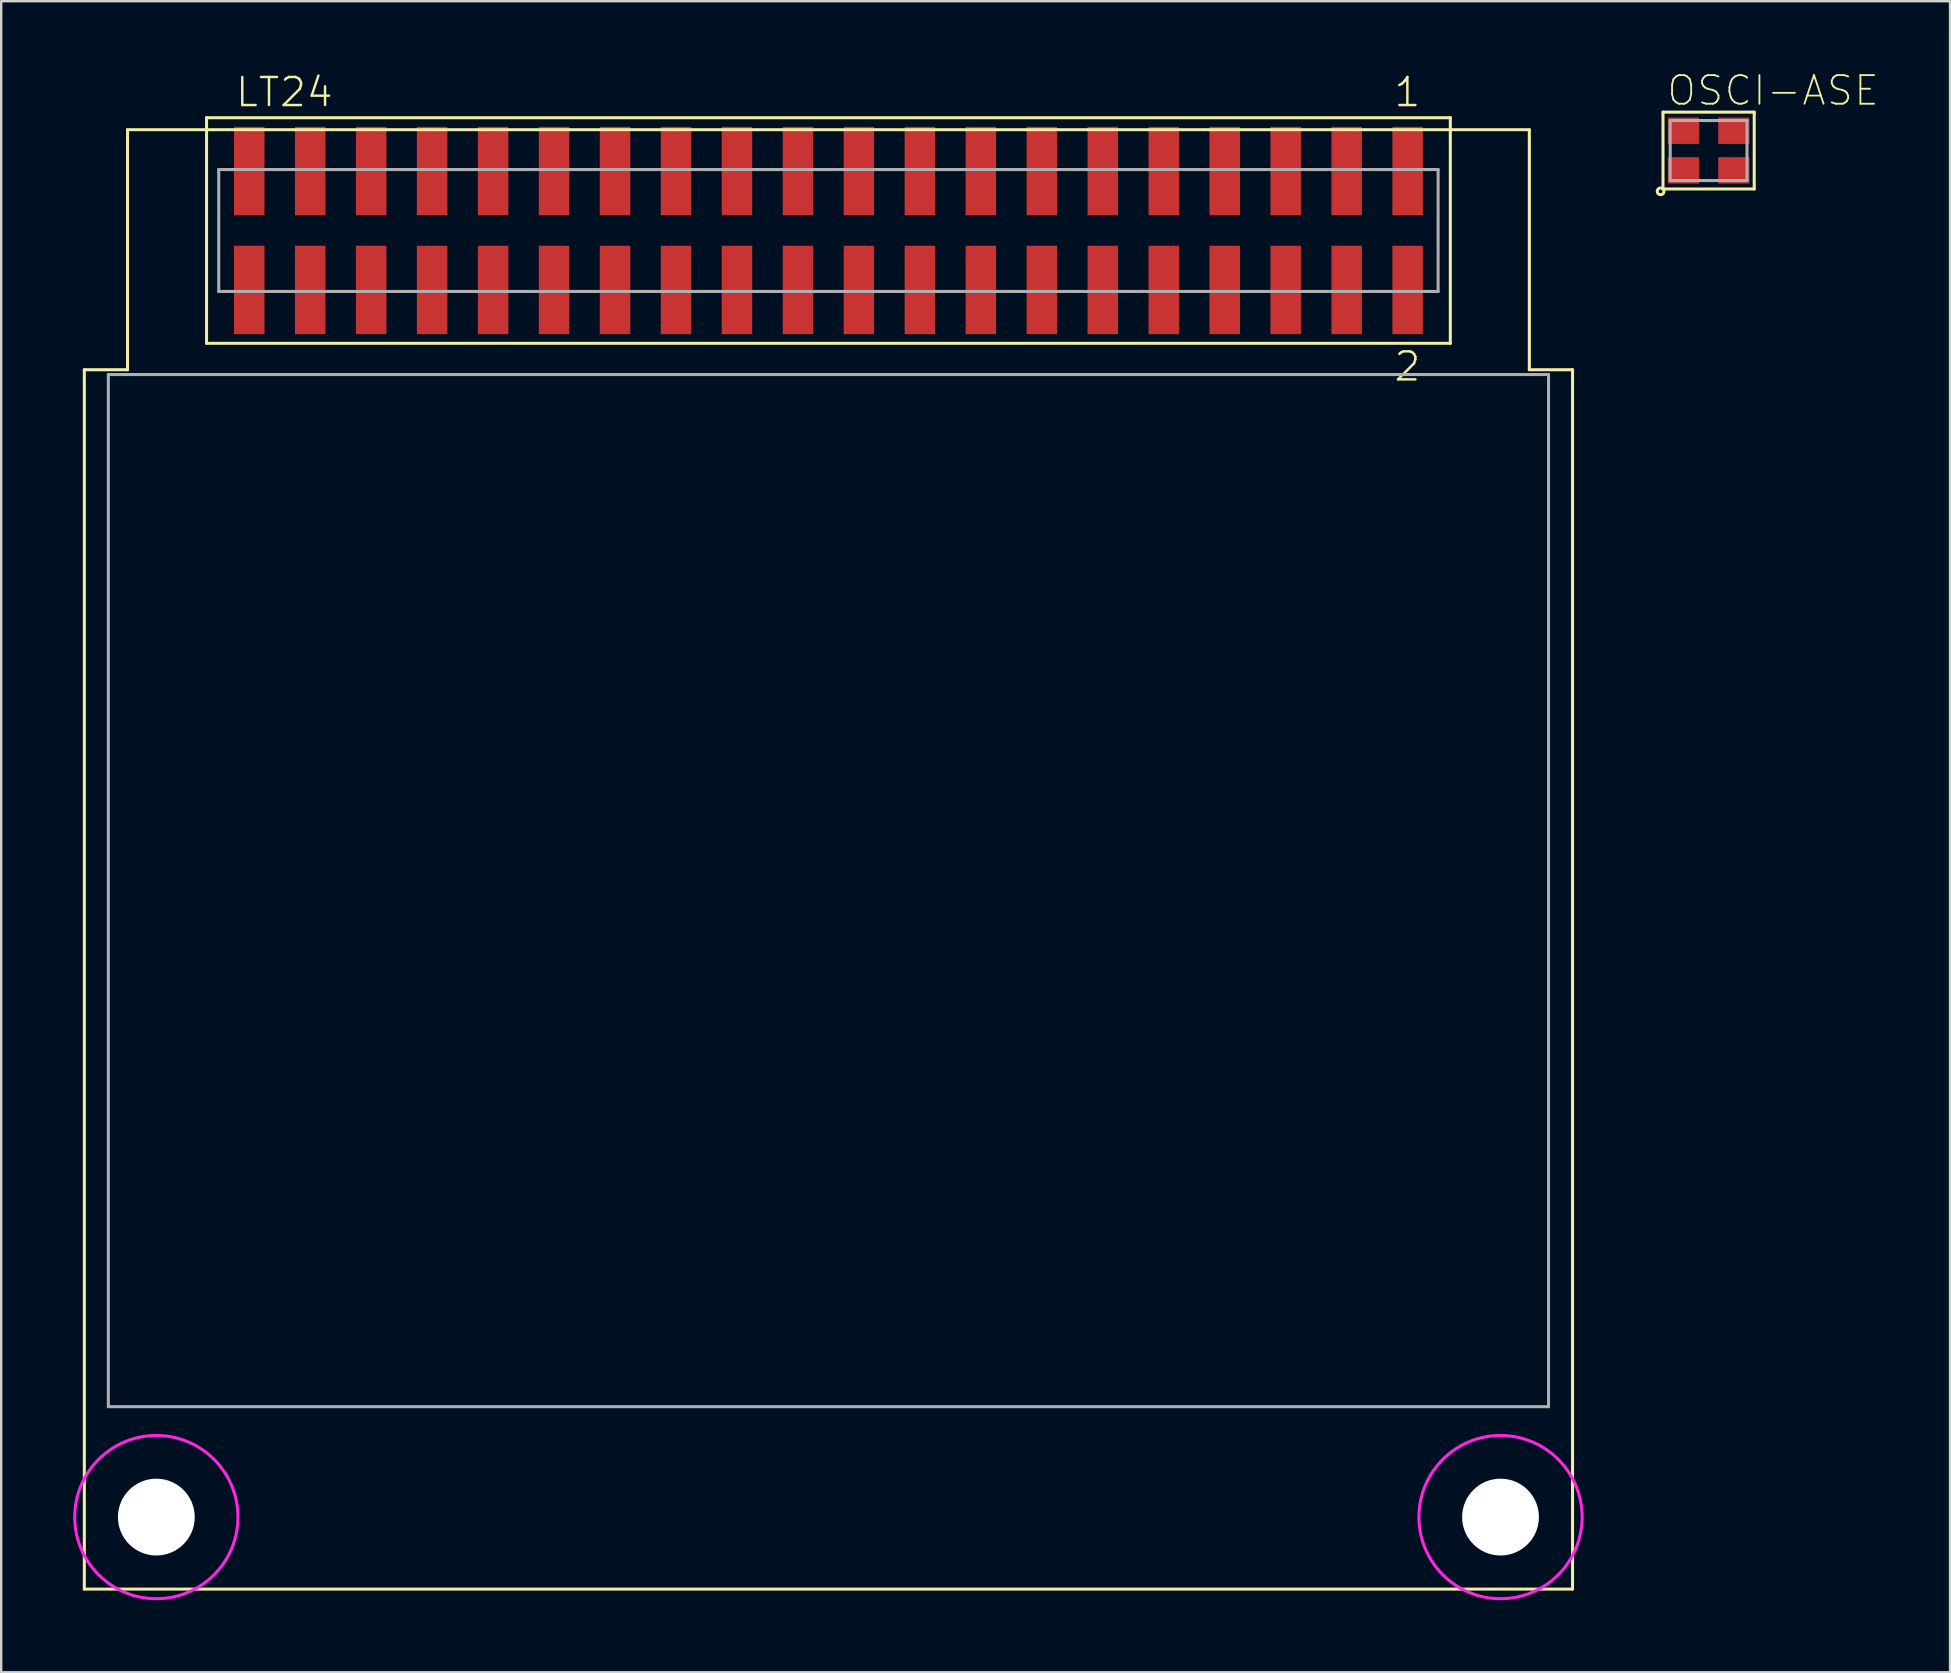
<source format=kicad_pcb>
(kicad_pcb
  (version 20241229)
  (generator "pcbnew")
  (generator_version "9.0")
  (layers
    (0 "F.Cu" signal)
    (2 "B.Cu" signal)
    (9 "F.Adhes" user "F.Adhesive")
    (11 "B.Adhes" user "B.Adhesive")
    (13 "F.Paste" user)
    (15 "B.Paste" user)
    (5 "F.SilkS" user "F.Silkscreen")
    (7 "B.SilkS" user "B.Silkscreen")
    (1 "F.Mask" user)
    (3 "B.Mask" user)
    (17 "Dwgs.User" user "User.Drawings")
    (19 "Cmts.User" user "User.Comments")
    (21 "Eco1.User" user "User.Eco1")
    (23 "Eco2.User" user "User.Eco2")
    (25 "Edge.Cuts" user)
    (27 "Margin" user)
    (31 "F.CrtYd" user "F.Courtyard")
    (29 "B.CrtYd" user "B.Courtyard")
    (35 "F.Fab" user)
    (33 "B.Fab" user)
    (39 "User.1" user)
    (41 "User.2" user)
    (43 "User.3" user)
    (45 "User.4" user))
  (footprint "OSCI-ASE"
    (layer "F.Cu")
    (at 68.132 3.222)
    (property "Reference" "OSCI-ASE" (at -1.8 -1.8 0) (unlocked yes) (layer "F.SilkS") (effects (font (size 1.194 1.194) (thickness 0.076)) (justify left bottom)))
    (fp_line (start -1.9 -1.6) (end 1.9 -1.6) (stroke (width 0.127) (type solid)) (layer "F.SilkS"))
    (fp_line (start -1.9 1.6) (end -1.9 -1.6) (stroke (width 0.127) (type solid)) (layer "F.SilkS"))
    (fp_line (start 1.9 -1.6) (end 1.9 1.6) (stroke (width 0.127) (type solid)) (layer "F.SilkS"))
    (fp_line (start 1.9 1.6) (end -1.9 1.6) (stroke (width 0.127) (type solid)) (layer "F.SilkS"))
    (fp_circle (center -2 1.7) (end -1.859 1.7) (stroke (width 0.127) (type solid)) (fill no) (layer "F.SilkS"))
    (fp_line (start -1.6 -1.25) (end 1.6 -1.25) (stroke (width 0.127) (type solid)) (layer "F.Fab"))
    (fp_line (start -1.6 1.25) (end -1.6 -1.25) (stroke (width 0.127) (type solid)) (layer "F.Fab"))
    (fp_line (start 1.6 -1.25) (end 1.6 1.25) (stroke (width 0.127) (type solid)) (layer "F.Fab"))
    (fp_line (start 1.6 1.25) (end -1.6 1.25) (stroke (width 0.127) (type solid)) (layer "F.Fab"))
    (pad "1" smd rect (at -1.05 0.825) (size 1.3 1.1) (layers "F.Cu" "F.Mask" "F.Paste"))
    (pad "2" smd rect (at 1.05 0.825) (size 1.3 1.1) (layers "F.Cu" "F.Mask" "F.Paste"))
    (pad "3" smd rect (at 1.05 -0.825) (size 1.3 1.1) (layers "F.Cu" "F.Mask" "F.Paste"))
    (pad "4" smd rect (at -1.05 -0.825) (size 1.3 1.1) (layers "F.Cu" "F.Mask" "F.Paste")))
  (footprint "LT24"
    (layer "F.Cu")
    (at 31.463 6.553)
    (property "Reference" "LT24" (at -24.765 -5.08 0) (unlocked yes) (layer "F.SilkS") (effects (font (size 1.168 1.168) (thickness 0.102)) (justify left bottom)))
    (fp_line (start -31 5.8) (end -29.2 5.8) (stroke (width 0.127) (type solid)) (layer "F.SilkS"))
    (fp_line (start -31 56.6) (end -31 5.8) (stroke (width 0.127) (type solid)) (layer "F.SilkS"))
    (fp_line (start -29.2 -4.2) (end 29.2 -4.2) (stroke (width 0.127) (type solid)) (layer "F.SilkS"))
    (fp_line (start -29.2 5.8) (end -29.2 -4.2) (stroke (width 0.127) (type solid)) (layer "F.SilkS"))
    (fp_line (start -25.908 -4.699) (end 25.908 -4.699) (stroke (width 0.127) (type solid)) (layer "F.SilkS"))
    (fp_line (start -25.908 4.699) (end -25.908 -4.699) (stroke (width 0.127) (type solid)) (layer "F.SilkS"))
    (fp_line (start 25.908 -4.699) (end 25.908 4.699) (stroke (width 0.127) (type solid)) (layer "F.SilkS"))
    (fp_line (start 25.908 4.699) (end -25.908 4.699) (stroke (width 0.127) (type solid)) (layer "F.SilkS"))
    (fp_line (start 29.2 -4.2) (end 29.2 5.8) (stroke (width 0.127) (type solid)) (layer "F.SilkS"))
    (fp_line (start 29.2 5.8) (end 31 5.8) (stroke (width 0.127) (type solid)) (layer "F.SilkS"))
    (fp_line (start 31 5.8) (end 31 56.6) (stroke (width 0.127) (type solid)) (layer "F.SilkS"))
    (fp_line (start 31 56.6) (end -31 56.6) (stroke (width 0.127) (type solid)) (layer "F.SilkS"))
    (fp_circle (center -28 53.6) (end -24.6 53.6) (stroke (width 0.127) (type solid)) (fill no) (layer "F.CrtYd"))
    (fp_circle (center 28 53.6) (end 31.4 53.6) (stroke (width 0.127) (type solid)) (fill no) (layer "F.CrtYd"))
    (fp_line (start -30 6) (end -30 49) (stroke (width 0.127) (type solid)) (layer "F.Fab"))
    (fp_line (start -30 49) (end 30 49) (stroke (width 0.127) (type solid)) (layer "F.Fab"))
    (fp_line (start -25.4 -2.54) (end 25.4 -2.54) (stroke (width 0.127) (type solid)) (layer "F.Fab"))
    (fp_line (start -25.4 2.54) (end -25.4 -2.54) (stroke (width 0.127) (type solid)) (layer "F.Fab"))
    (fp_line (start 25.4 -2.54) (end 25.4 2.54) (stroke (width 0.127) (type solid)) (layer "F.Fab"))
    (fp_line (start 25.4 2.54) (end -25.4 2.54) (stroke (width 0.127) (type solid)) (layer "F.Fab"))
    (fp_line (start 30 6) (end -30 6) (stroke (width 0.127) (type solid)) (layer "F.Fab"))
    (fp_line (start 30 49) (end 30 6) (stroke (width 0.127) (type solid)) (layer "F.Fab"))
    (fp_text user "2" (at 23.495 6.35 0) (unlocked yes) (layer "F.SilkS") (effects (font (size 1.168 1.168) (thickness 0.102)) (justify left bottom)))
    (fp_text user "1" (at 23.495 -5.08 0) (unlocked yes) (layer "F.SilkS") (effects (font (size 1.168 1.168) (thickness 0.102)) (justify left bottom)))
    (pad "" np_thru_hole circle (at -28 53.6) (size 3.2 3.2) (drill 3.2) (layers "*.Cu" "*.Mask"))
    (pad "" np_thru_hole circle (at 28 53.6) (size 3.2 3.2) (drill 3.2) (layers "*.Cu" "*.Mask"))
    (pad "1" smd rect (at 24.13 -2.477) (size 1.27 3.683) (layers "F.Cu" "F.Mask" "F.Paste"))
    (pad "2" smd rect (at 24.13 2.477) (size 1.27 3.683) (layers "F.Cu" "F.Mask" "F.Paste"))
    (pad "3" smd rect (at 21.59 -2.477) (size 1.27 3.683) (layers "F.Cu" "F.Mask" "F.Paste"))
    (pad "4" smd rect (at 21.59 2.477) (size 1.27 3.683) (layers "F.Cu" "F.Mask" "F.Paste"))
    (pad "5" smd rect (at 19.05 -2.477) (size 1.27 3.683) (layers "F.Cu" "F.Mask" "F.Paste"))
    (pad "6" smd rect (at 19.05 2.477) (size 1.27 3.683) (layers "F.Cu" "F.Mask" "F.Paste"))
    (pad "7" smd rect (at 16.51 -2.477) (size 1.27 3.683) (layers "F.Cu" "F.Mask" "F.Paste"))
    (pad "8" smd rect (at 16.51 2.477) (size 1.27 3.683) (layers "F.Cu" "F.Mask" "F.Paste"))
    (pad "9" smd rect (at 13.97 -2.477) (size 1.27 3.683) (layers "F.Cu" "F.Mask" "F.Paste"))
    (pad "10" smd rect (at 13.97 2.477) (size 1.27 3.683) (layers "F.Cu" "F.Mask" "F.Paste"))
    (pad "11" smd rect (at 11.43 -2.477) (size 1.27 3.683) (layers "F.Cu" "F.Mask" "F.Paste"))
    (pad "12" smd rect (at 11.43 2.477) (size 1.27 3.683) (layers "F.Cu" "F.Mask" "F.Paste"))
    (pad "13" smd rect (at 8.89 -2.477) (size 1.27 3.683) (layers "F.Cu" "F.Mask" "F.Paste"))
    (pad "14" smd rect (at 8.89 2.477) (size 1.27 3.683) (layers "F.Cu" "F.Mask" "F.Paste"))
    (pad "15" smd rect (at 6.35 -2.477) (size 1.27 3.683) (layers "F.Cu" "F.Mask" "F.Paste"))
    (pad "16" smd rect (at 6.35 2.477) (size 1.27 3.683) (layers "F.Cu" "F.Mask" "F.Paste"))
    (pad "17" smd rect (at 3.81 -2.477) (size 1.27 3.683) (layers "F.Cu" "F.Mask" "F.Paste"))
    (pad "18" smd rect (at 3.81 2.477) (size 1.27 3.683) (layers "F.Cu" "F.Mask" "F.Paste"))
    (pad "19" smd rect (at 1.27 -2.477) (size 1.27 3.683) (layers "F.Cu" "F.Mask" "F.Paste"))
    (pad "20" smd rect (at 1.27 2.477) (size 1.27 3.683) (layers "F.Cu" "F.Mask" "F.Paste"))
    (pad "21" smd rect (at -1.27 -2.477) (size 1.27 3.683) (layers "F.Cu" "F.Mask" "F.Paste"))
    (pad "22" smd rect (at -1.27 2.477) (size 1.27 3.683) (layers "F.Cu" "F.Mask" "F.Paste"))
    (pad "23" smd rect (at -3.81 -2.477) (size 1.27 3.683) (layers "F.Cu" "F.Mask" "F.Paste"))
    (pad "24" smd rect (at -3.81 2.477) (size 1.27 3.683) (layers "F.Cu" "F.Mask" "F.Paste"))
    (pad "25" smd rect (at -6.35 -2.477) (size 1.27 3.683) (layers "F.Cu" "F.Mask" "F.Paste"))
    (pad "26" smd rect (at -6.35 2.477) (size 1.27 3.683) (layers "F.Cu" "F.Mask" "F.Paste"))
    (pad "27" smd rect (at -8.89 -2.477) (size 1.27 3.683) (layers "F.Cu" "F.Mask" "F.Paste"))
    (pad "28" smd rect (at -8.89 2.477) (size 1.27 3.683) (layers "F.Cu" "F.Mask" "F.Paste"))
    (pad "29" smd rect (at -11.43 -2.477) (size 1.27 3.683) (layers "F.Cu" "F.Mask" "F.Paste"))
    (pad "30" smd rect (at -11.43 2.477) (size 1.27 3.683) (layers "F.Cu" "F.Mask" "F.Paste"))
    (pad "31" smd rect (at -13.97 -2.477) (size 1.27 3.683) (layers "F.Cu" "F.Mask" "F.Paste"))
    (pad "32" smd rect (at -13.97 2.477) (size 1.27 3.683) (layers "F.Cu" "F.Mask" "F.Paste"))
    (pad "33" smd rect (at -16.51 -2.477) (size 1.27 3.683) (layers "F.Cu" "F.Mask" "F.Paste"))
    (pad "34" smd rect (at -16.51 2.477) (size 1.27 3.683) (layers "F.Cu" "F.Mask" "F.Paste"))
    (pad "35" smd rect (at -19.05 -2.477) (size 1.27 3.683) (layers "F.Cu" "F.Mask" "F.Paste"))
    (pad "36" smd rect (at -19.05 2.477) (size 1.27 3.683) (layers "F.Cu" "F.Mask" "F.Paste"))
    (pad "37" smd rect (at -21.59 -2.477) (size 1.27 3.683) (layers "F.Cu" "F.Mask" "F.Paste"))
    (pad "38" smd rect (at -21.59 2.477) (size 1.27 3.683) (layers "F.Cu" "F.Mask" "F.Paste"))
    (pad "39" smd rect (at -24.13 -2.477) (size 1.27 3.683) (layers "F.Cu" "F.Mask" "F.Paste"))
    (pad "40" smd rect (at -24.13 2.477) (size 1.27 3.683) (layers "F.Cu" "F.Mask" "F.Paste")))
  (gr_rect
    (start -3 -3)
    (end 78.19 66.617)
    (stroke (width 0.1) (type default))
    (fill no)
    (layer "Edge.Cuts")))
</source>
